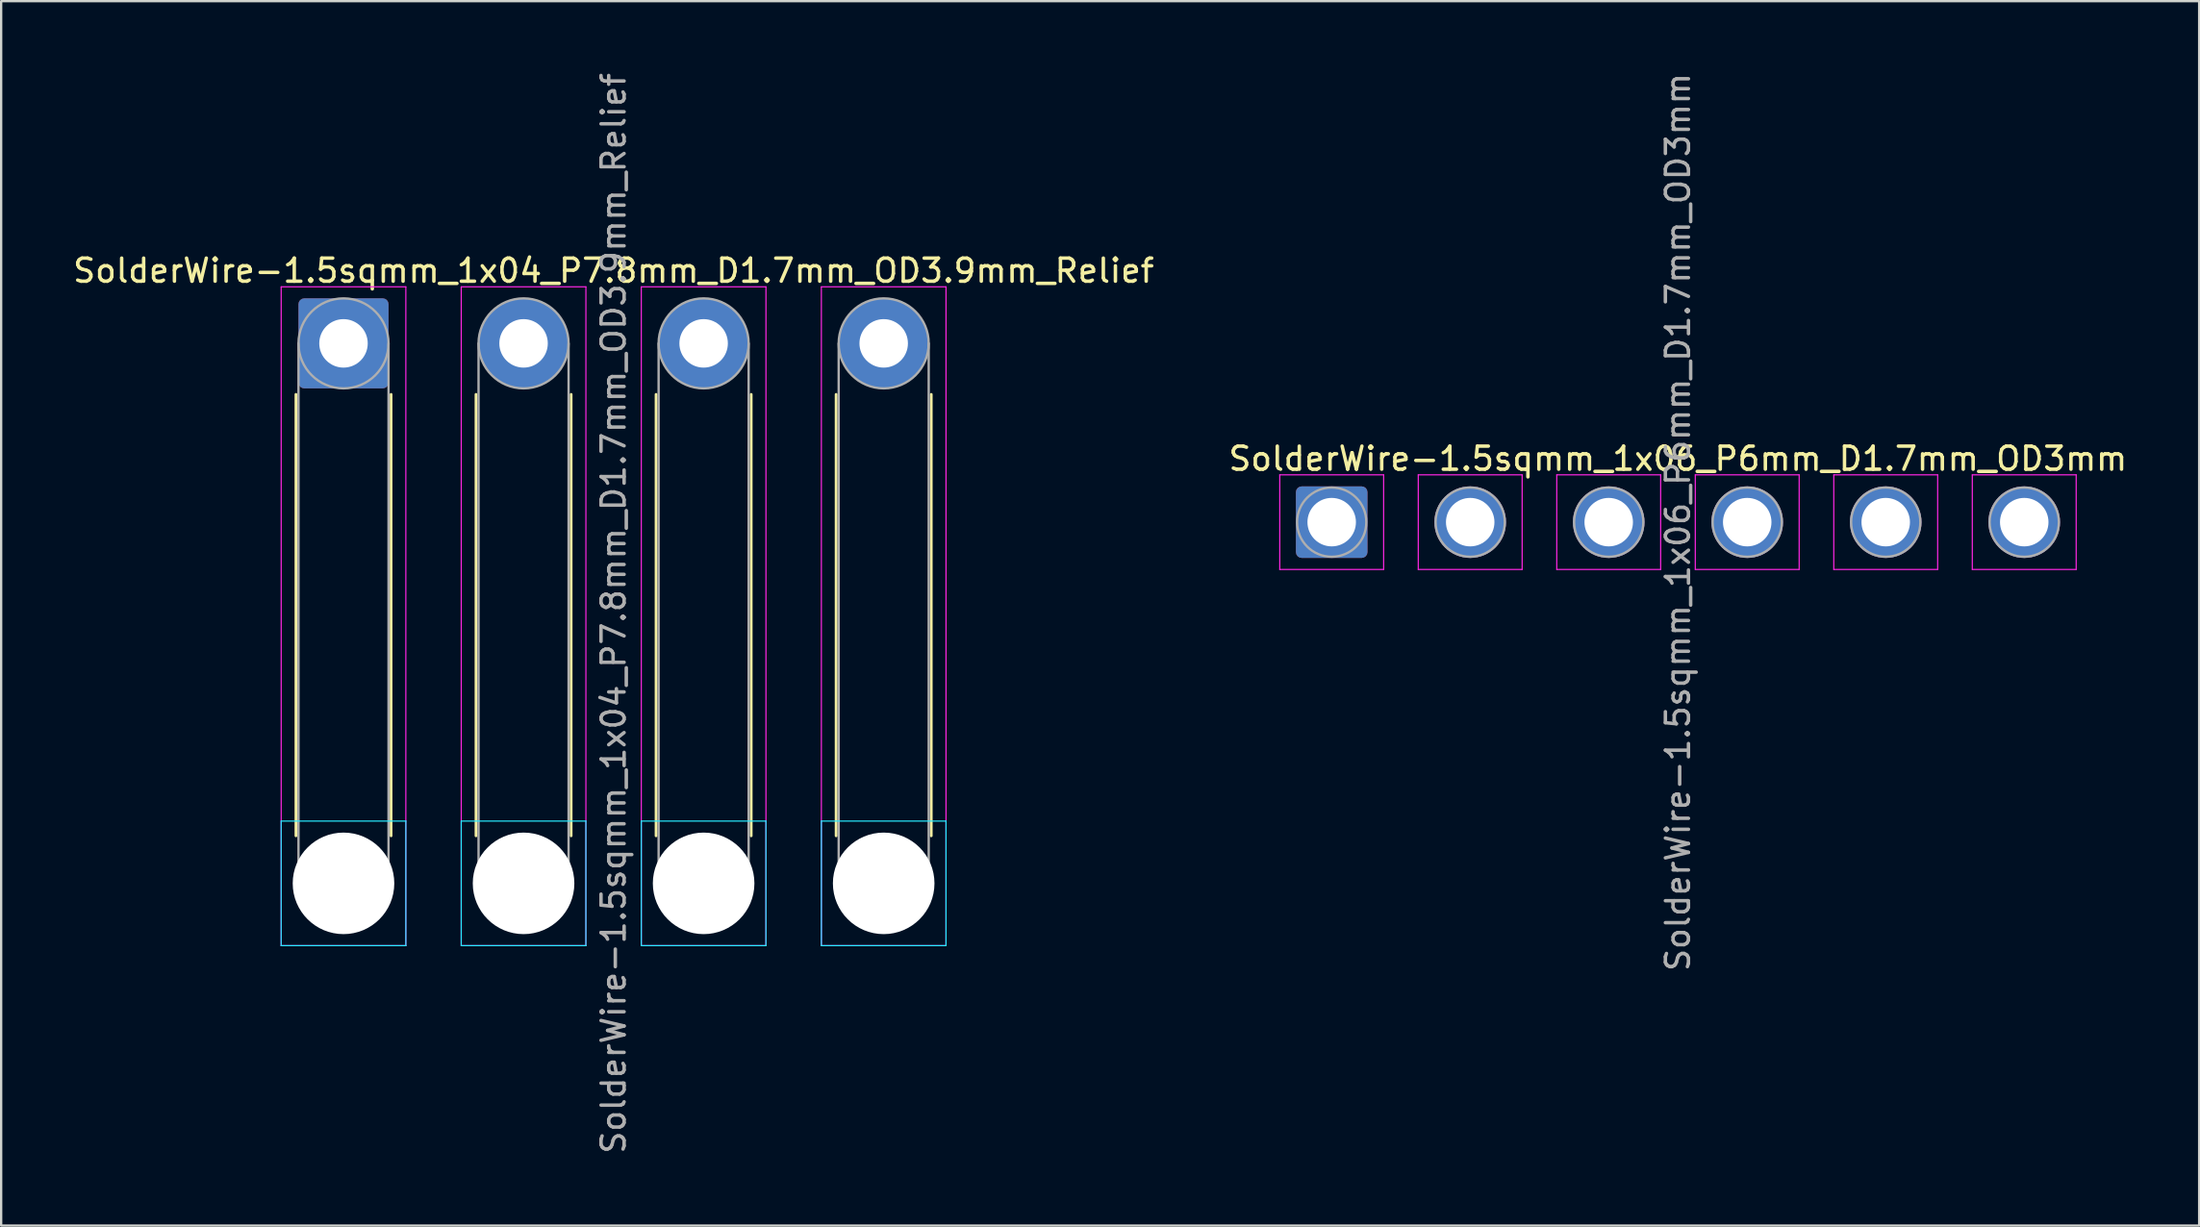
<source format=kicad_pcb>
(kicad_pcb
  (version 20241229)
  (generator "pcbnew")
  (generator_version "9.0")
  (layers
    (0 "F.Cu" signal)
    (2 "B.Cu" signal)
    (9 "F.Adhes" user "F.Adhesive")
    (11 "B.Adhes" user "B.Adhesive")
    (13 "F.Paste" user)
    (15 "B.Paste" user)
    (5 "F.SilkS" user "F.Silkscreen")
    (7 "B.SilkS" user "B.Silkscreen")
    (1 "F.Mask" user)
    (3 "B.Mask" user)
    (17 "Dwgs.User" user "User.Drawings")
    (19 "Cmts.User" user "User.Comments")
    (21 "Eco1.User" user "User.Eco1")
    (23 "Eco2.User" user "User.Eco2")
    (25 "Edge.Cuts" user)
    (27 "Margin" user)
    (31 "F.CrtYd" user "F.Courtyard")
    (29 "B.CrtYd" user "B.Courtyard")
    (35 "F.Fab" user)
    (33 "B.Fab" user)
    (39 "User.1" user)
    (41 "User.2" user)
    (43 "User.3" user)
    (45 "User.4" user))
  (footprint "SolderWire-1.5sqmm_1x04_P7.8mm_D1.7mm_OD3.9mm_Relief"
    (layer "F.Cu")
    (at 11.83 11.83)
    (property "Reference" "SolderWire-1.5sqmm_1x04_P7.8mm_D1.7mm_OD3.9mm_Relief" (at 11.7 -3.15 0) (layer "F.SilkS") (effects (font (size 1 1) (thickness 0.15))))
    (attr exclude_from_pos_files exclude_from_bom)
    (fp_line (start -2.06 2.21) (end -2.06 21.34) (stroke (width 0.12) (type solid)) (layer "F.SilkS"))
    (fp_line (start 2.06 2.21) (end 2.06 21.34) (stroke (width 0.12) (type solid)) (layer "F.SilkS"))
    (fp_line (start 5.74 2.21) (end 5.74 21.34) (stroke (width 0.12) (type solid)) (layer "F.SilkS"))
    (fp_line (start 9.86 2.21) (end 9.86 21.34) (stroke (width 0.12) (type solid)) (layer "F.SilkS"))
    (fp_line (start 13.54 2.21) (end 13.54 21.34) (stroke (width 0.12) (type solid)) (layer "F.SilkS"))
    (fp_line (start 17.66 2.21) (end 17.66 21.34) (stroke (width 0.12) (type solid)) (layer "F.SilkS"))
    (fp_line (start 21.34 2.21) (end 21.34 21.34) (stroke (width 0.12) (type solid)) (layer "F.SilkS"))
    (fp_line (start 25.46 2.21) (end 25.46 21.34) (stroke (width 0.12) (type solid)) (layer "F.SilkS"))
    (fp_line (start -2.7 20.7) (end -2.7 26.1) (stroke (width 0.05) (type solid)) (layer "B.CrtYd"))
    (fp_line (start -2.7 26.1) (end 2.7 26.1) (stroke (width 0.05) (type solid)) (layer "B.CrtYd"))
    (fp_line (start 2.7 20.7) (end -2.7 20.7) (stroke (width 0.05) (type solid)) (layer "B.CrtYd"))
    (fp_line (start 2.7 26.1) (end 2.7 20.7) (stroke (width 0.05) (type solid)) (layer "B.CrtYd"))
    (fp_line (start 5.1 20.7) (end 5.1 26.1) (stroke (width 0.05) (type solid)) (layer "B.CrtYd"))
    (fp_line (start 5.1 26.1) (end 10.5 26.1) (stroke (width 0.05) (type solid)) (layer "B.CrtYd"))
    (fp_line (start 10.5 20.7) (end 5.1 20.7) (stroke (width 0.05) (type solid)) (layer "B.CrtYd"))
    (fp_line (start 10.5 26.1) (end 10.5 20.7) (stroke (width 0.05) (type solid)) (layer "B.CrtYd"))
    (fp_line (start 12.9 20.7) (end 12.9 26.1) (stroke (width 0.05) (type solid)) (layer "B.CrtYd"))
    (fp_line (start 12.9 26.1) (end 18.3 26.1) (stroke (width 0.05) (type solid)) (layer "B.CrtYd"))
    (fp_line (start 18.3 20.7) (end 12.9 20.7) (stroke (width 0.05) (type solid)) (layer "B.CrtYd"))
    (fp_line (start 18.3 26.1) (end 18.3 20.7) (stroke (width 0.05) (type solid)) (layer "B.CrtYd"))
    (fp_line (start 20.7 20.7) (end 20.7 26.1) (stroke (width 0.05) (type solid)) (layer "B.CrtYd"))
    (fp_line (start 20.7 26.1) (end 26.1 26.1) (stroke (width 0.05) (type solid)) (layer "B.CrtYd"))
    (fp_line (start 26.1 20.7) (end 20.7 20.7) (stroke (width 0.05) (type solid)) (layer "B.CrtYd"))
    (fp_line (start 26.1 26.1) (end 26.1 20.7) (stroke (width 0.05) (type solid)) (layer "B.CrtYd"))
    (fp_line (start -2.7 -2.45) (end -2.7 26.1) (stroke (width 0.05) (type solid)) (layer "F.CrtYd"))
    (fp_line (start -2.7 26.1) (end 2.7 26.1) (stroke (width 0.05) (type solid)) (layer "F.CrtYd"))
    (fp_line (start 2.7 -2.45) (end -2.7 -2.45) (stroke (width 0.05) (type solid)) (layer "F.CrtYd"))
    (fp_line (start 2.7 26.1) (end 2.7 -2.45) (stroke (width 0.05) (type solid)) (layer "F.CrtYd"))
    (fp_line (start 5.1 -2.45) (end 5.1 26.1) (stroke (width 0.05) (type solid)) (layer "F.CrtYd"))
    (fp_line (start 5.1 26.1) (end 10.5 26.1) (stroke (width 0.05) (type solid)) (layer "F.CrtYd"))
    (fp_line (start 10.5 -2.45) (end 5.1 -2.45) (stroke (width 0.05) (type solid)) (layer "F.CrtYd"))
    (fp_line (start 10.5 26.1) (end 10.5 -2.45) (stroke (width 0.05) (type solid)) (layer "F.CrtYd"))
    (fp_line (start 12.9 -2.45) (end 12.9 26.1) (stroke (width 0.05) (type solid)) (layer "F.CrtYd"))
    (fp_line (start 12.9 26.1) (end 18.3 26.1) (stroke (width 0.05) (type solid)) (layer "F.CrtYd"))
    (fp_line (start 18.3 -2.45) (end 12.9 -2.45) (stroke (width 0.05) (type solid)) (layer "F.CrtYd"))
    (fp_line (start 18.3 26.1) (end 18.3 -2.45) (stroke (width 0.05) (type solid)) (layer "F.CrtYd"))
    (fp_line (start 20.7 -2.45) (end 20.7 26.1) (stroke (width 0.05) (type solid)) (layer "F.CrtYd"))
    (fp_line (start 20.7 26.1) (end 26.1 26.1) (stroke (width 0.05) (type solid)) (layer "F.CrtYd"))
    (fp_line (start 26.1 -2.45) (end 20.7 -2.45) (stroke (width 0.05) (type solid)) (layer "F.CrtYd"))
    (fp_line (start 26.1 26.1) (end 26.1 -2.45) (stroke (width 0.05) (type solid)) (layer "F.CrtYd"))
    (fp_line (start -1.95 0) (end -1.95 23.4) (stroke (width 0.1) (type solid)) (layer "F.Fab"))
    (fp_line (start 1.95 0) (end 1.95 23.4) (stroke (width 0.1) (type solid)) (layer "F.Fab"))
    (fp_line (start 5.85 0) (end 5.85 23.4) (stroke (width 0.1) (type solid)) (layer "F.Fab"))
    (fp_line (start 9.75 0) (end 9.75 23.4) (stroke (width 0.1) (type solid)) (layer "F.Fab"))
    (fp_line (start 13.65 0) (end 13.65 23.4) (stroke (width 0.1) (type solid)) (layer "F.Fab"))
    (fp_line (start 17.55 0) (end 17.55 23.4) (stroke (width 0.1) (type solid)) (layer "F.Fab"))
    (fp_line (start 21.45 0) (end 21.45 23.4) (stroke (width 0.1) (type solid)) (layer "F.Fab"))
    (fp_line (start 25.35 0) (end 25.35 23.4) (stroke (width 0.1) (type solid)) (layer "F.Fab"))
    (fp_circle (center 0 0) (end 1.95 0) (stroke (width 0.1) (type solid)) (fill no) (layer "F.Fab"))
    (fp_circle (center 0 23.4) (end 1.95 23.4) (stroke (width 0.1) (type solid)) (fill no) (layer "F.Fab"))
    (fp_circle (center 7.8 0) (end 9.75 0) (stroke (width 0.1) (type solid)) (fill no) (layer "F.Fab"))
    (fp_circle (center 7.8 23.4) (end 9.75 23.4) (stroke (width 0.1) (type solid)) (fill no) (layer "F.Fab"))
    (fp_circle (center 15.6 0) (end 17.55 0) (stroke (width 0.1) (type solid)) (fill no) (layer "F.Fab"))
    (fp_circle (center 15.6 23.4) (end 17.55 23.4) (stroke (width 0.1) (type solid)) (fill no) (layer "F.Fab"))
    (fp_circle (center 23.4 0) (end 25.35 0) (stroke (width 0.1) (type solid)) (fill no) (layer "F.Fab"))
    (fp_circle (center 23.4 23.4) (end 25.35 23.4) (stroke (width 0.1) (type solid)) (fill no) (layer "F.Fab"))
    (fp_text user "${REFERENCE}" (at 11.7 11.7 90) (layer "F.Fab") (effects (font (size 1 1) (thickness 0.15))))
    (pad "" np_thru_hole circle (at 0 23.4) (size 4.4 4.4) (drill 4.4) (layers "*.Cu" "*.Mask"))
    (pad "" np_thru_hole circle (at 7.8 23.4) (size 4.4 4.4) (drill 4.4) (layers "*.Cu" "*.Mask"))
    (pad "" np_thru_hole circle (at 15.6 23.4) (size 4.4 4.4) (drill 4.4) (layers "*.Cu" "*.Mask"))
    (pad "" np_thru_hole circle (at 23.4 23.4) (size 4.4 4.4) (drill 4.4) (layers "*.Cu" "*.Mask"))
    (pad "1" thru_hole roundrect (at 0 0) (size 3.9 3.9) (drill 2.1) (layers "*.Cu" "*.Mask") (roundrect_rratio 0.064))
    (pad "2" thru_hole circle (at 7.8 0) (size 3.9 3.9) (drill 2.1) (layers "*.Cu" "*.Mask"))
    (pad "3" thru_hole circle (at 15.6 0) (size 3.9 3.9) (drill 2.1) (layers "*.Cu" "*.Mask"))
    (pad "4" thru_hole circle (at 23.4 0) (size 3.9 3.9) (drill 2.1) (layers "*.Cu" "*.Mask")))
  (footprint "SolderWire-1.5sqmm_1x06_P6mm_D1.7mm_OD3mm"
    (layer "F.Cu")
    (at 54.637 19.577)
    (property "Reference" "SolderWire-1.5sqmm_1x06_P6mm_D1.7mm_OD3mm" (at 15 -2.75 0) (layer "F.SilkS") (effects (font (size 1 1) (thickness 0.15))))
    (attr exclude_from_pos_files exclude_from_bom)
    (fp_line (start -2.25 -2.05) (end -2.25 2.05) (stroke (width 0.05) (type solid)) (layer "F.CrtYd"))
    (fp_line (start -2.25 2.05) (end 2.25 2.05) (stroke (width 0.05) (type solid)) (layer "F.CrtYd"))
    (fp_line (start 2.25 -2.05) (end -2.25 -2.05) (stroke (width 0.05) (type solid)) (layer "F.CrtYd"))
    (fp_line (start 2.25 2.05) (end 2.25 -2.05) (stroke (width 0.05) (type solid)) (layer "F.CrtYd"))
    (fp_line (start 3.75 -2.05) (end 3.75 2.05) (stroke (width 0.05) (type solid)) (layer "F.CrtYd"))
    (fp_line (start 3.75 2.05) (end 8.25 2.05) (stroke (width 0.05) (type solid)) (layer "F.CrtYd"))
    (fp_line (start 8.25 -2.05) (end 3.75 -2.05) (stroke (width 0.05) (type solid)) (layer "F.CrtYd"))
    (fp_line (start 8.25 2.05) (end 8.25 -2.05) (stroke (width 0.05) (type solid)) (layer "F.CrtYd"))
    (fp_line (start 9.75 -2.05) (end 9.75 2.05) (stroke (width 0.05) (type solid)) (layer "F.CrtYd"))
    (fp_line (start 9.75 2.05) (end 14.25 2.05) (stroke (width 0.05) (type solid)) (layer "F.CrtYd"))
    (fp_line (start 14.25 -2.05) (end 9.75 -2.05) (stroke (width 0.05) (type solid)) (layer "F.CrtYd"))
    (fp_line (start 14.25 2.05) (end 14.25 -2.05) (stroke (width 0.05) (type solid)) (layer "F.CrtYd"))
    (fp_line (start 15.75 -2.05) (end 15.75 2.05) (stroke (width 0.05) (type solid)) (layer "F.CrtYd"))
    (fp_line (start 15.75 2.05) (end 20.25 2.05) (stroke (width 0.05) (type solid)) (layer "F.CrtYd"))
    (fp_line (start 20.25 -2.05) (end 15.75 -2.05) (stroke (width 0.05) (type solid)) (layer "F.CrtYd"))
    (fp_line (start 20.25 2.05) (end 20.25 -2.05) (stroke (width 0.05) (type solid)) (layer "F.CrtYd"))
    (fp_line (start 21.75 -2.05) (end 21.75 2.05) (stroke (width 0.05) (type solid)) (layer "F.CrtYd"))
    (fp_line (start 21.75 2.05) (end 26.25 2.05) (stroke (width 0.05) (type solid)) (layer "F.CrtYd"))
    (fp_line (start 26.25 -2.05) (end 21.75 -2.05) (stroke (width 0.05) (type solid)) (layer "F.CrtYd"))
    (fp_line (start 26.25 2.05) (end 26.25 -2.05) (stroke (width 0.05) (type solid)) (layer "F.CrtYd"))
    (fp_line (start 27.75 -2.05) (end 27.75 2.05) (stroke (width 0.05) (type solid)) (layer "F.CrtYd"))
    (fp_line (start 27.75 2.05) (end 32.25 2.05) (stroke (width 0.05) (type solid)) (layer "F.CrtYd"))
    (fp_line (start 32.25 -2.05) (end 27.75 -2.05) (stroke (width 0.05) (type solid)) (layer "F.CrtYd"))
    (fp_line (start 32.25 2.05) (end 32.25 -2.05) (stroke (width 0.05) (type solid)) (layer "F.CrtYd"))
    (fp_circle (center 0 0) (end 1.5 0) (stroke (width 0.1) (type solid)) (fill no) (layer "F.Fab"))
    (fp_circle (center 6 0) (end 7.5 0) (stroke (width 0.1) (type solid)) (fill no) (layer "F.Fab"))
    (fp_circle (center 12 0) (end 13.5 0) (stroke (width 0.1) (type solid)) (fill no) (layer "F.Fab"))
    (fp_circle (center 18 0) (end 19.5 0) (stroke (width 0.1) (type solid)) (fill no) (layer "F.Fab"))
    (fp_circle (center 24 0) (end 25.5 0) (stroke (width 0.1) (type solid)) (fill no) (layer "F.Fab"))
    (fp_circle (center 30 0) (end 31.5 0) (stroke (width 0.1) (type solid)) (fill no) (layer "F.Fab"))
    (fp_text user "${REFERENCE}" (at 15 0 90) (layer "F.Fab") (effects (font (size 1 1) (thickness 0.15))))
    (pad "1" thru_hole roundrect (at 0 0) (size 3.1 3.1) (drill 2.1) (layers "*.Cu" "*.Mask") (roundrect_rratio 0.081))
    (pad "2" thru_hole circle (at 6 0) (size 3.1 3.1) (drill 2.1) (layers "*.Cu" "*.Mask"))
    (pad "3" thru_hole circle (at 12 0) (size 3.1 3.1) (drill 2.1) (layers "*.Cu" "*.Mask"))
    (pad "4" thru_hole circle (at 18 0) (size 3.1 3.1) (drill 2.1) (layers "*.Cu" "*.Mask"))
    (pad "5" thru_hole circle (at 24 0) (size 3.1 3.1) (drill 2.1) (layers "*.Cu" "*.Mask"))
    (pad "6" thru_hole circle (at 30 0) (size 3.1 3.1) (drill 2.1) (layers "*.Cu" "*.Mask")))
  (gr_rect
    (start -3 -3)
    (end 92.214 50.06)
    (stroke (width 0.1) (type default))
    (fill no)
    (layer "Edge.Cuts")))
</source>
